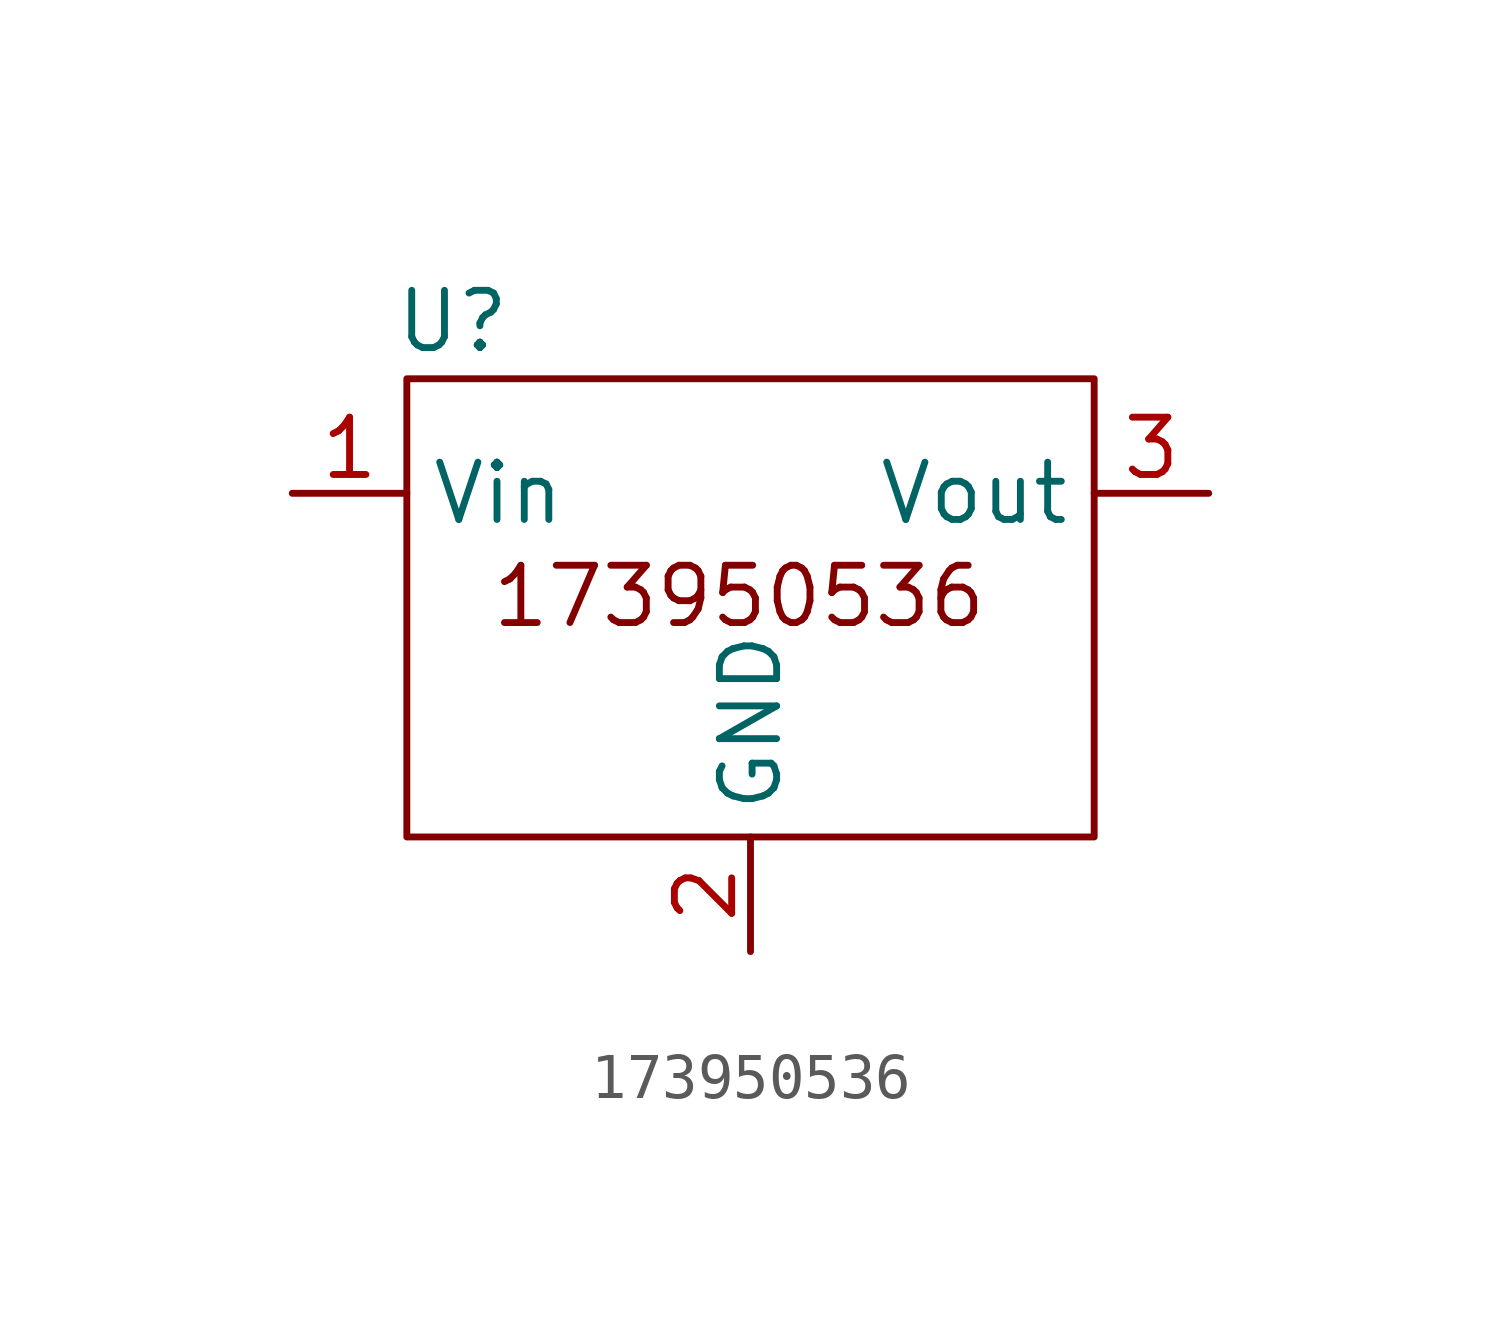
<source format=kicad_sym>
(kicad_symbol_lib
  (version 20231120)
  (generator "kicad_symbol_editor")
  (generator_version "8.0")
  (symbol "173950536"
    (property "Reference" "U"
      (at -6.604 3.81 0)
      (effects (font (size 1.27 1.27))))
    (property "Value" ""
      (at 0 5.08 0)
      (effects (font (size 1.27 1.27))))
    (symbol "173950536_0_1"
      (rectangle (start -7.62 2.54) (end 7.62 -7.62) (stroke (width 0) (type default)) (fill (type none))))
    (symbol "173950536_1_1"
      (text "173950536" (at -0.254 -2.286 0) (effects (font (size 1.27 1.27))))
      (pin power_in line (at -10.16 0 0) (length 2.54) (name "Vin" (effects (font (size 1.27 1.27)))) (number "1" (effects (font (size 1.27 1.27)))))
      (pin power_in line (at 0 -10.16 90) (length 2.54) (name "GND" (effects (font (size 1.27 1.27)))) (number "2" (effects (font (size 1.27 1.27)))))
      (pin power_out line (at 10.16 0 180) (length 2.54) (name "Vout" (effects (font (size 1.27 1.27)))) (number "3" (effects (font (size 1.27 1.27))))))))
</source>
